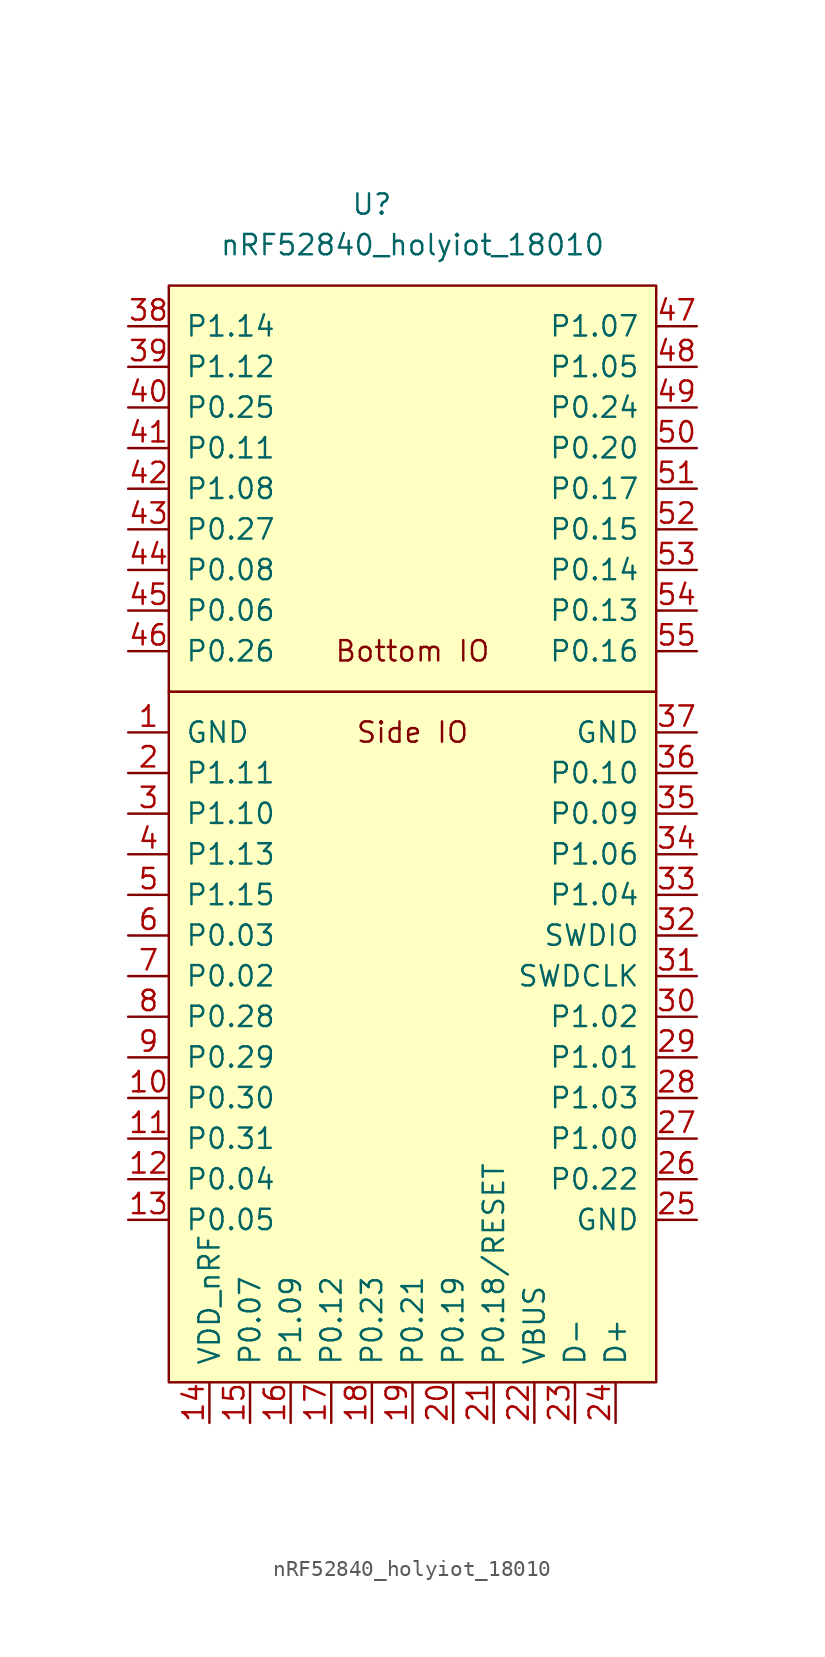
<source format=kicad_sym>
(kicad_symbol_lib
  (version 20220914)
  (generator kicad_symbol_editor)
  (symbol "nRF52840_holyiot_18010"
    (pin_names
      (offset 1.016))
    (property "Reference" "U"
      (at -2.54 39.37 0)
      (effects (font (size 1.27 1.27))))
    (property "Value" "nRF52840_holyiot_18010"
      (at 0 36.83 0)
      (effects (font (size 1.27 1.27))))
    (symbol "nRF52840_holyiot_18010_0_0"
      (rectangle (start -15.24 8.89) (end 15.24 -34.29) (stroke (width 0) (type default)) (fill (type background)))
      (rectangle (start -15.24 8.89) (end 15.24 34.29) (stroke (width 0) (type default)) (fill (type background)))
      (text "Bottom IO" (at 0 11.43 0) (effects (font (size 1.27 1.27))))
      (text "Side IO" (at 0 6.35 0) (effects (font (size 1.27 1.27)))))
    (symbol "nRF52840_holyiot_18010_1_1"
      (pin power_in line (at -17.78 6.35 0) (length 2.54) (name "GND" (effects (font (size 1.27 1.27)))) (number "1" (effects (font (size 1.27 1.27)))))
      (pin bidirectional line (at -17.78 -16.51 0) (length 2.54) (name "P0.30" (effects (font (size 1.27 1.27)))) (number "10" (effects (font (size 1.27 1.27)))))
      (pin bidirectional line (at -17.78 -19.05 0) (length 2.54) (name "P0.31" (effects (font (size 1.27 1.27)))) (number "11" (effects (font (size 1.27 1.27)))))
      (pin bidirectional line (at -17.78 -21.59 0) (length 2.54) (name "P0.04" (effects (font (size 1.27 1.27)))) (number "12" (effects (font (size 1.27 1.27)))))
      (pin bidirectional line (at -17.78 -24.13 0) (length 2.54) (name "P0.05" (effects (font (size 1.27 1.27)))) (number "13" (effects (font (size 1.27 1.27)))))
      (pin power_in line (at -12.7 -36.83 90) (length 2.54) (name "VDD_nRF" (effects (font (size 1.27 1.27)))) (number "14" (effects (font (size 1.27 1.27)))))
      (pin bidirectional line (at -10.16 -36.83 90) (length 2.54) (name "P0.07" (effects (font (size 1.27 1.27)))) (number "15" (effects (font (size 1.27 1.27)))))
      (pin bidirectional line (at -7.62 -36.83 90) (length 2.54) (name "P1.09" (effects (font (size 1.27 1.27)))) (number "16" (effects (font (size 1.27 1.27)))))
      (pin bidirectional line (at -5.08 -36.83 90) (length 2.54) (name "P0.12" (effects (font (size 1.27 1.27)))) (number "17" (effects (font (size 1.27 1.27)))))
      (pin bidirectional line (at -2.54 -36.83 90) (length 2.54) (name "P0.23" (effects (font (size 1.27 1.27)))) (number "18" (effects (font (size 1.27 1.27)))))
      (pin bidirectional line (at 0 -36.83 90) (length 2.54) (name "P0.21" (effects (font (size 1.27 1.27)))) (number "19" (effects (font (size 1.27 1.27)))))
      (pin bidirectional line (at -17.78 3.81 0) (length 2.54) (name "P1.11" (effects (font (size 1.27 1.27)))) (number "2" (effects (font (size 1.27 1.27)))))
      (pin bidirectional line (at 2.54 -36.83 90) (length 2.54) (name "P0.19" (effects (font (size 1.27 1.27)))) (number "20" (effects (font (size 1.27 1.27)))))
      (pin input line (at 5.08 -36.83 90) (length 2.54) (name "P0.18/RESET" (effects (font (size 1.27 1.27)))) (number "21" (effects (font (size 1.27 1.27)))))
      (pin power_in line (at 7.62 -36.83 90) (length 2.54) (name "VBUS" (effects (font (size 1.27 1.27)))) (number "22" (effects (font (size 1.27 1.27)))))
      (pin bidirectional line (at 10.16 -36.83 90) (length 2.54) (name "D-" (effects (font (size 1.27 1.27)))) (number "23" (effects (font (size 1.27 1.27)))))
      (pin bidirectional line (at 12.7 -36.83 90) (length 2.54) (name "D+" (effects (font (size 1.27 1.27)))) (number "24" (effects (font (size 1.27 1.27)))))
      (pin power_in line (at 17.78 -24.13 180) (length 2.54) (name "GND" (effects (font (size 1.27 1.27)))) (number "25" (effects (font (size 1.27 1.27)))))
      (pin bidirectional line (at 17.78 -21.59 180) (length 2.54) (name "P0.22" (effects (font (size 1.27 1.27)))) (number "26" (effects (font (size 1.27 1.27)))))
      (pin bidirectional line (at 17.78 -19.05 180) (length 2.54) (name "P1.00" (effects (font (size 1.27 1.27)))) (number "27" (effects (font (size 1.27 1.27)))))
      (pin bidirectional line (at 17.78 -16.51 180) (length 2.54) (name "P1.03" (effects (font (size 1.27 1.27)))) (number "28" (effects (font (size 1.27 1.27)))))
      (pin bidirectional line (at 17.78 -13.97 180) (length 2.54) (name "P1.01" (effects (font (size 1.27 1.27)))) (number "29" (effects (font (size 1.27 1.27)))))
      (pin bidirectional line (at -17.78 1.27 0) (length 2.54) (name "P1.10" (effects (font (size 1.27 1.27)))) (number "3" (effects (font (size 1.27 1.27)))))
      (pin bidirectional line (at 17.78 -11.43 180) (length 2.54) (name "P1.02" (effects (font (size 1.27 1.27)))) (number "30" (effects (font (size 1.27 1.27)))))
      (pin bidirectional line (at 17.78 -8.89 180) (length 2.54) (name "SWDCLK" (effects (font (size 1.27 1.27)))) (number "31" (effects (font (size 1.27 1.27)))))
      (pin bidirectional line (at 17.78 -6.35 180) (length 2.54) (name "SWDIO" (effects (font (size 1.27 1.27)))) (number "32" (effects (font (size 1.27 1.27)))))
      (pin bidirectional line (at 17.78 -3.81 180) (length 2.54) (name "P1.04" (effects (font (size 1.27 1.27)))) (number "33" (effects (font (size 1.27 1.27)))))
      (pin bidirectional line (at 17.78 -1.27 180) (length 2.54) (name "P1.06" (effects (font (size 1.27 1.27)))) (number "34" (effects (font (size 1.27 1.27)))))
      (pin bidirectional line (at 17.78 1.27 180) (length 2.54) (name "P0.09" (effects (font (size 1.27 1.27)))) (number "35" (effects (font (size 1.27 1.27)))))
      (pin bidirectional line (at 17.78 3.81 180) (length 2.54) (name "P0.10" (effects (font (size 1.27 1.27)))) (number "36" (effects (font (size 1.27 1.27)))))
      (pin power_in line (at 17.78 6.35 180) (length 2.54) (name "GND" (effects (font (size 1.27 1.27)))) (number "37" (effects (font (size 1.27 1.27)))))
      (pin bidirectional line (at -17.78 31.75 0) (length 2.54) (name "P1.14" (effects (font (size 1.27 1.27)))) (number "38" (effects (font (size 1.27 1.27)))))
      (pin bidirectional line (at -17.78 29.21 0) (length 2.54) (name "P1.12" (effects (font (size 1.27 1.27)))) (number "39" (effects (font (size 1.27 1.27)))))
      (pin bidirectional line (at -17.78 -1.27 0) (length 2.54) (name "P1.13" (effects (font (size 1.27 1.27)))) (number "4" (effects (font (size 1.27 1.27)))))
      (pin bidirectional line (at -17.78 26.67 0) (length 2.54) (name "P0.25" (effects (font (size 1.27 1.27)))) (number "40" (effects (font (size 1.27 1.27)))))
      (pin bidirectional line (at -17.78 24.13 0) (length 2.54) (name "P0.11" (effects (font (size 1.27 1.27)))) (number "41" (effects (font (size 1.27 1.27)))))
      (pin bidirectional line (at -17.78 21.59 0) (length 2.54) (name "P1.08" (effects (font (size 1.27 1.27)))) (number "42" (effects (font (size 1.27 1.27)))))
      (pin bidirectional line (at -17.78 19.05 0) (length 2.54) (name "P0.27" (effects (font (size 1.27 1.27)))) (number "43" (effects (font (size 1.27 1.27)))))
      (pin bidirectional line (at -17.78 16.51 0) (length 2.54) (name "P0.08" (effects (font (size 1.27 1.27)))) (number "44" (effects (font (size 1.27 1.27)))))
      (pin bidirectional line (at -17.78 13.97 0) (length 2.54) (name "P0.06" (effects (font (size 1.27 1.27)))) (number "45" (effects (font (size 1.27 1.27)))))
      (pin bidirectional line (at -17.78 11.43 0) (length 2.54) (name "P0.26" (effects (font (size 1.27 1.27)))) (number "46" (effects (font (size 1.27 1.27)))))
      (pin bidirectional line (at 17.78 31.75 180) (length 2.54) (name "P1.07" (effects (font (size 1.27 1.27)))) (number "47" (effects (font (size 1.27 1.27)))))
      (pin bidirectional line (at 17.78 29.21 180) (length 2.54) (name "P1.05" (effects (font (size 1.27 1.27)))) (number "48" (effects (font (size 1.27 1.27)))))
      (pin bidirectional line (at 17.78 26.67 180) (length 2.54) (name "P0.24" (effects (font (size 1.27 1.27)))) (number "49" (effects (font (size 1.27 1.27)))))
      (pin bidirectional line (at -17.78 -3.81 0) (length 2.54) (name "P1.15" (effects (font (size 1.27 1.27)))) (number "5" (effects (font (size 1.27 1.27)))))
      (pin bidirectional line (at 17.78 24.13 180) (length 2.54) (name "P0.20" (effects (font (size 1.27 1.27)))) (number "50" (effects (font (size 1.27 1.27)))))
      (pin bidirectional line (at 17.78 21.59 180) (length 2.54) (name "P0.17" (effects (font (size 1.27 1.27)))) (number "51" (effects (font (size 1.27 1.27)))))
      (pin bidirectional line (at 17.78 19.05 180) (length 2.54) (name "P0.15" (effects (font (size 1.27 1.27)))) (number "52" (effects (font (size 1.27 1.27)))))
      (pin bidirectional line (at 17.78 16.51 180) (length 2.54) (name "P0.14" (effects (font (size 1.27 1.27)))) (number "53" (effects (font (size 1.27 1.27)))))
      (pin bidirectional line (at 17.78 13.97 180) (length 2.54) (name "P0.13" (effects (font (size 1.27 1.27)))) (number "54" (effects (font (size 1.27 1.27)))))
      (pin bidirectional line (at 17.78 11.43 180) (length 2.54) (name "P0.16" (effects (font (size 1.27 1.27)))) (number "55" (effects (font (size 1.27 1.27)))))
      (pin bidirectional line (at -17.78 -6.35 0) (length 2.54) (name "P0.03" (effects (font (size 1.27 1.27)))) (number "6" (effects (font (size 1.27 1.27)))))
      (pin bidirectional line (at -17.78 -8.89 0) (length 2.54) (name "P0.02" (effects (font (size 1.27 1.27)))) (number "7" (effects (font (size 1.27 1.27)))))
      (pin bidirectional line (at -17.78 -11.43 0) (length 2.54) (name "P0.28" (effects (font (size 1.27 1.27)))) (number "8" (effects (font (size 1.27 1.27)))))
      (pin bidirectional line (at -17.78 -13.97 0) (length 2.54) (name "P0.29" (effects (font (size 1.27 1.27)))) (number "9" (effects (font (size 1.27 1.27))))))))
</source>
